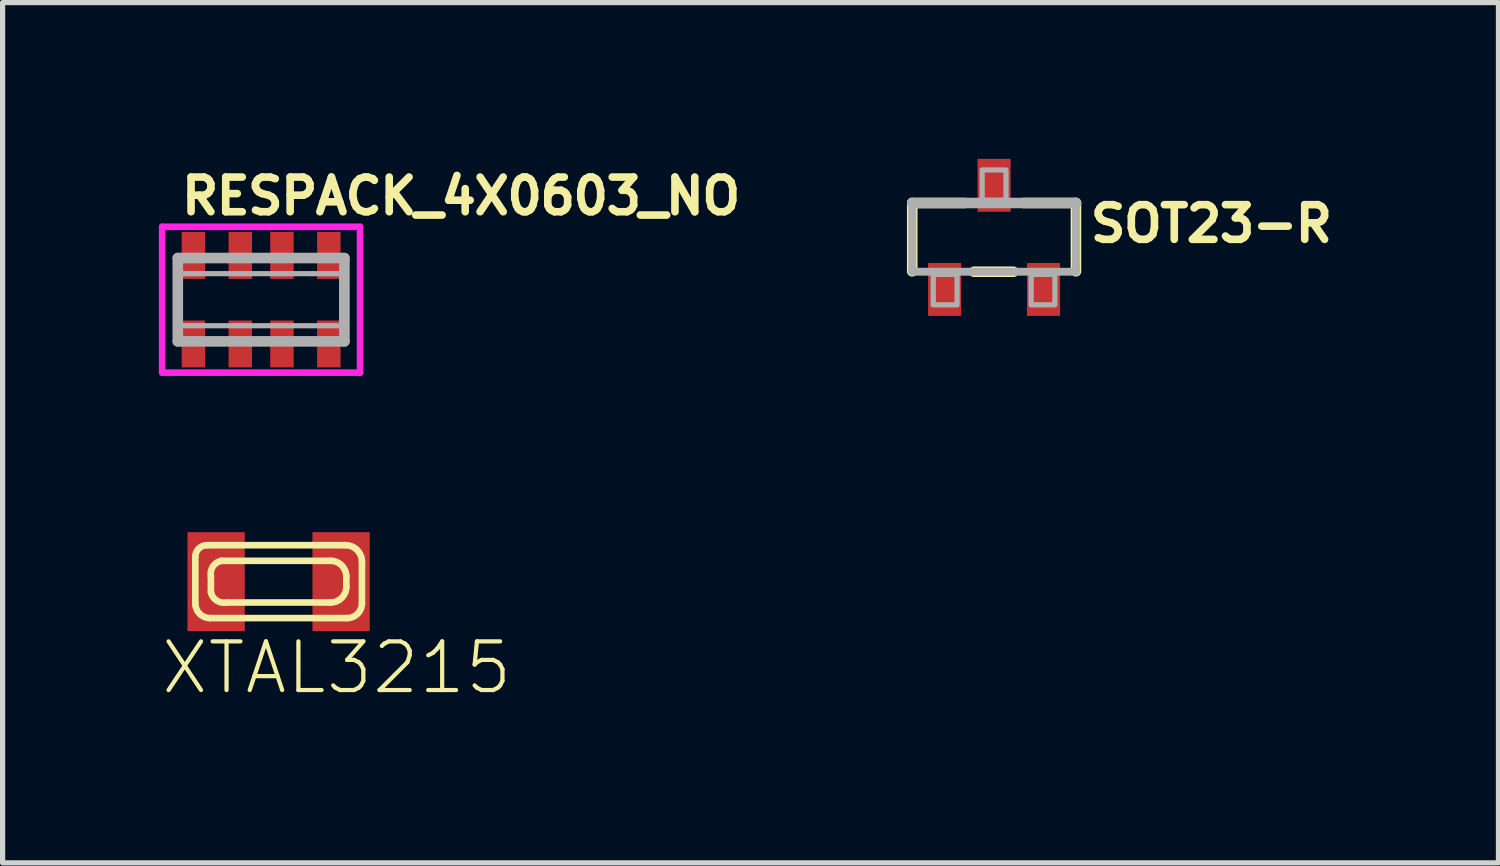
<source format=kicad_pcb>
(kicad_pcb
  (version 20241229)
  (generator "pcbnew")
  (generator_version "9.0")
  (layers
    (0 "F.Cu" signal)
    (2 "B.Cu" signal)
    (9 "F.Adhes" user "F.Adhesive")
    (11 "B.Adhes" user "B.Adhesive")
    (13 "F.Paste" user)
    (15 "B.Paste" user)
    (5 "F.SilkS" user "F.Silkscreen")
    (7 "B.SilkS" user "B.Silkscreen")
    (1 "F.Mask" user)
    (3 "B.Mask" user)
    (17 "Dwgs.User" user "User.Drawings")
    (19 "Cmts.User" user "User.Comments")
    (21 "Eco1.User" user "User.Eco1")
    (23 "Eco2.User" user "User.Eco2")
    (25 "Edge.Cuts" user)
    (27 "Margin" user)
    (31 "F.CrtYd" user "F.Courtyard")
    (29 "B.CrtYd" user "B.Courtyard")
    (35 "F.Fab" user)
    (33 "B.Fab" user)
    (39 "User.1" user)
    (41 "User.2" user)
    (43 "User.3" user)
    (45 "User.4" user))
  (footprint "RESPACK_4X0603_NO"
    (layer "F.Cu")
    (at 1.964 2.705)
    (property "Reference" "RESPACK_4X0603_NO" (at -1.6 -1.6 0) (layer "F.SilkS") (effects (font (size 0.666 0.666) (thickness 0.146)) (justify left bottom)))
    (fp_line (start -1.9 -1.4) (end 1.9 -1.4) (stroke (width 0.127) (type solid)) (layer "F.CrtYd"))
    (fp_line (start -1.9 1.4) (end -1.9 -1.4) (stroke (width 0.127) (type solid)) (layer "F.CrtYd"))
    (fp_line (start -1.9 1.4) (end 1.9 1.4) (stroke (width 0.127) (type solid)) (layer "F.CrtYd"))
    (fp_line (start 1.9 -1.4) (end 1.9 1.4) (stroke (width 0.127) (type solid)) (layer "F.CrtYd"))
    (fp_line (start -1.6 -0.8) (end 1.6 -0.8) (stroke (width 0.203) (type solid)) (layer "F.Fab"))
    (fp_line (start -1.6 0.8) (end -1.6 -0.8) (stroke (width 0.203) (type solid)) (layer "F.Fab"))
    (fp_line (start 1.6 -0.8) (end 1.6 0.8) (stroke (width 0.203) (type solid)) (layer "F.Fab"))
    (fp_line (start 1.6 0.8) (end -1.6 0.8) (stroke (width 0.203) (type solid)) (layer "F.Fab"))
    (fp_poly (pts (xy -1.55 0.5) (xy 1.55 0.5) (xy 1.55 -0.5) (xy -1.55 -0.5)) (stroke (width 0.1) (type solid)) (fill no) (layer "F.Fab"))
    (pad "1" smd rect (at -1.3 0.85) (size 0.45 0.9) (layers "F.Cu" "F.Mask" "F.Paste"))
    (pad "2" smd rect (at -0.4 0.85) (size 0.45 0.9) (layers "F.Cu" "F.Mask" "F.Paste"))
    (pad "3" smd rect (at 0.4 0.85) (size 0.45 0.9) (layers "F.Cu" "F.Mask" "F.Paste"))
    (pad "4" smd rect (at 1.3 0.85) (size 0.45 0.9) (layers "F.Cu" "F.Mask" "F.Paste"))
    (pad "5" smd rect (at 1.3 -0.85) (size 0.45 0.9) (layers "F.Cu" "F.Mask" "F.Paste"))
    (pad "6" smd rect (at 0.4 -0.85) (size 0.45 0.9) (layers "F.Cu" "F.Mask" "F.Paste"))
    (pad "7" smd rect (at -0.4 -0.85) (size 0.45 0.9) (layers "F.Cu" "F.Mask" "F.Paste"))
    (pad "8" smd rect (at -1.3 -0.85) (size 0.45 0.9) (layers "F.Cu" "F.Mask" "F.Paste")))
  (footprint "XTAL3215"
    (layer "F.Cu")
    (at 2.3 8.119)
    (property "Reference" "XTAL3215" (at -2.3 2.2 0) (layer "F.SilkS") (effects (font (size 0.935 0.935) (thickness 0.081)) (justify left bottom)))
    (fp_line (start -1.6 0.417) (end -1.6 -0.476) (stroke (width 0.127) (type solid)) (layer "F.SilkS"))
    (fp_line (start -1.376 -0.7) (end 1.284 -0.7) (stroke (width 0.127) (type solid)) (layer "F.SilkS"))
    (fp_line (start -1.3 0.2) (end -1.3 -0.1) (stroke (width 0.127) (type solid)) (layer "F.SilkS"))
    (fp_line (start -1.1 -0.4) (end 1 -0.4) (stroke (width 0.127) (type solid)) (layer "F.SilkS"))
    (fp_line (start 1 0.4) (end -1 0.4) (stroke (width 0.127) (type solid)) (layer "F.SilkS"))
    (fp_line (start 1.3 -0.1) (end 1.3 0.1) (stroke (width 0.127) (type solid)) (layer "F.SilkS"))
    (fp_line (start 1.317 0.7) (end -1.317 0.7) (stroke (width 0.127) (type solid)) (layer "F.SilkS"))
    (fp_line (start 1.6 -0.384) (end 1.6 0.417) (stroke (width 0.127) (type solid)) (layer "F.SilkS"))
    (fp_arc (start -1.6 -0.4764) (mid -1.534509 -0.634509) (end -1.3764 -0.7) (stroke (width 0.127) (type solid)) (layer "F.SilkS"))
    (fp_arc (start -1.3172 0.7) (mid -1.51717 0.61717) (end -1.6 0.4172) (stroke (width 0.127) (type solid)) (layer "F.SilkS"))
    (fp_arc (start -1.3 -0.1) (mid -1.262161 -0.291441) (end -1.099999 -0.399999) (stroke (width 0.127) (type solid)) (layer "F.SilkS"))
    (fp_arc (start -1 0.4) (mid -1.191422 0.362132) (end -1.300001 0.199999) (stroke (width 0.127) (type solid)) (layer "F.SilkS"))
    (fp_arc (start 1 -0.4) (mid 1.212103 -0.312103) (end 1.3 -0.1) (stroke (width 0.127) (type solid)) (layer "F.SilkS"))
    (fp_arc (start 1.2838 -0.7) (mid 1.507387 -0.607387) (end 1.6 -0.3838) (stroke (width 0.127) (type solid)) (layer "F.SilkS"))
    (fp_arc (start 1.3 0.1) (mid 1.212131 0.312132) (end 0.999999 0.399999) (stroke (width 0.127) (type solid)) (layer "F.SilkS"))
    (fp_arc (start 1.6 0.4172) (mid 1.51717 0.61717) (end 1.3172 0.7) (stroke (width 0.127) (type solid)) (layer "F.SilkS"))
    (pad "P$1" smd rect (at 1.2 0) (size 1.1 1.9) (layers "F.Cu" "F.Mask" "F.Paste"))
    (pad "P$2" smd rect (at -1.2 0 180) (size 1.1 1.9) (layers "F.Cu" "F.Mask" "F.Paste")))
  (footprint "SOT23-R"
    (layer "F.Cu")
    (at 16.039 1.508)
    (property "Reference" "SOT23-R" (at 1.778 0.127 0) (layer "F.SilkS") (effects (font (size 0.666 0.666) (thickness 0.146)) (justify left bottom)))
    (fp_line (start -1.572 -0.66) (end -0.564 -0.66) (stroke (width 0.203) (type solid)) (layer "F.SilkS"))
    (fp_line (start -1.572 0.652) (end -1.572 -0.66) (stroke (width 0.203) (type solid)) (layer "F.SilkS"))
    (fp_line (start 0.372 0.66) (end -0.386 0.66) (stroke (width 0.203) (type solid)) (layer "F.SilkS"))
    (fp_line (start 0.564 -0.66) (end 1.572 -0.66) (stroke (width 0.203) (type solid)) (layer "F.SilkS"))
    (fp_line (start 1.572 -0.66) (end 1.572 0.652) (stroke (width 0.203) (type solid)) (layer "F.SilkS"))
    (fp_line (start -1.572 -0.66) (end 1.572 -0.66) (stroke (width 0.203) (type solid)) (layer "F.Fab"))
    (fp_line (start -1.572 0.66) (end -1.572 -0.66) (stroke (width 0.152) (type solid)) (layer "F.Fab"))
    (fp_line (start 1.572 -0.66) (end 1.572 0.66) (stroke (width 0.152) (type solid)) (layer "F.Fab"))
    (fp_line (start 1.572 0.66) (end -1.572 0.66) (stroke (width 0.152) (type solid)) (layer "F.Fab"))
    (fp_poly (pts (xy -1.168 1.295) (xy -0.711 1.295) (xy -0.711 0.711) (xy -1.168 0.711)) (stroke (width 0.1) (type solid)) (fill no) (layer "F.Fab"))
    (fp_poly (pts (xy -0.229 -0.711) (xy 0.229 -0.711) (xy 0.229 -1.295) (xy -0.229 -1.295)) (stroke (width 0.1) (type solid)) (fill no) (layer "F.Fab"))
    (fp_poly (pts (xy 0.711 1.295) (xy 1.168 1.295) (xy 1.168 0.711) (xy 0.711 0.711)) (stroke (width 0.1) (type solid)) (fill no) (layer "F.Fab"))
    (pad "1" smd rect (at -0.95 1) (size 0.635 1.016) (layers "F.Cu" "F.Mask" "F.Paste"))
    (pad "2" smd rect (at 0.95 1) (size 0.635 1.016) (layers "F.Cu" "F.Mask" "F.Paste"))
    (pad "3" smd rect (at 0 -1) (size 0.635 1.016) (layers "F.Cu" "F.Mask" "F.Paste")))
  (gr_rect
    (start -3 -3)
    (end 25.724 13.519)
    (stroke (width 0.1) (type default))
    (fill no)
    (layer "Edge.Cuts")))
</source>
